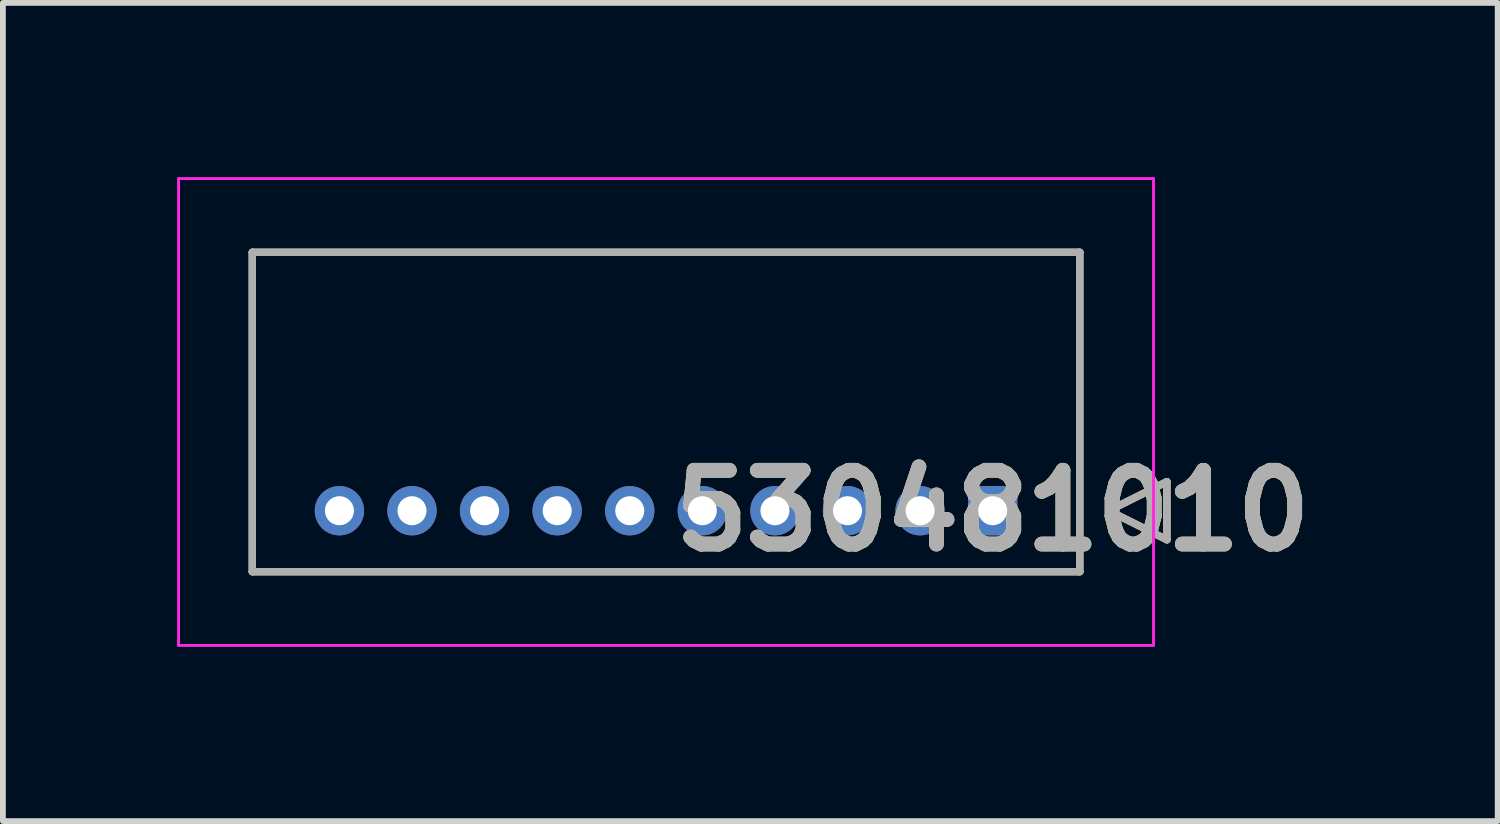
<source format=kicad_pcb>
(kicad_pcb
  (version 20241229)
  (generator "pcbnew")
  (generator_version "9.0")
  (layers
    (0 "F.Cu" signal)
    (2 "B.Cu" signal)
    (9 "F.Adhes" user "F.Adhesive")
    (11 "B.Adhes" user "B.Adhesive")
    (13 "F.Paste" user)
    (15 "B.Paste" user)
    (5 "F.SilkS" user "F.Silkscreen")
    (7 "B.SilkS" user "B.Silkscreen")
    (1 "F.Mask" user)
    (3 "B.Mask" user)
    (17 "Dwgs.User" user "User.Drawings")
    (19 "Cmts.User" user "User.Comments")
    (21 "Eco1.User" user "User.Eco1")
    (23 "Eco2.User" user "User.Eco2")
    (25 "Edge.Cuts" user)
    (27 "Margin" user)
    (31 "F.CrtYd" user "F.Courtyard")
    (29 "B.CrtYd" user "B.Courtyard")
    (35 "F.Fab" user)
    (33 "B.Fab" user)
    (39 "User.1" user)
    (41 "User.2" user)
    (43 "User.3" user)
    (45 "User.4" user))
  (footprint "530481010"
    (layer "F.Cu")
    (at 14.045 5.745)
    (property "Reference" "530481010" (at 0 0 0) (layer "F.SilkS") (effects (font (size 1.27 1.27) (thickness 0.254))))
    (attr through_hole)
    (fp_line (start -12.75 -4.45) (end 1.5 -4.45) (stroke (width 0.127) (type solid)) (layer "F.SilkS"))
    (fp_line (start -12.75 1.05) (end -12.75 -4.45) (stroke (width 0.127) (type solid)) (layer "F.SilkS"))
    (fp_line (start 1.5 -4.45) (end 1.5 1.05) (stroke (width 0.127) (type solid)) (layer "F.SilkS"))
    (fp_line (start 1.5 1.05) (end -12.75 1.05) (stroke (width 0.127) (type solid)) (layer "F.SilkS"))
    (fp_line (start 2 0) (end 3 -0.5) (stroke (width 0.127) (type solid)) (layer "F.SilkS"))
    (fp_line (start 3 -0.5) (end 3 0.5) (stroke (width 0.127) (type solid)) (layer "F.SilkS"))
    (fp_line (start 3 0.5) (end 2 0) (stroke (width 0.127) (type solid)) (layer "F.SilkS"))
    (fp_line (start -14.02 -5.72) (end 2.77 -5.72) (stroke (width 0.05) (type solid)) (layer "F.CrtYd"))
    (fp_line (start -14.02 2.32) (end -14.02 -5.72) (stroke (width 0.05) (type solid)) (layer "F.CrtYd"))
    (fp_line (start 2.77 -5.72) (end 2.77 2.32) (stroke (width 0.05) (type solid)) (layer "F.CrtYd"))
    (fp_line (start 2.77 2.32) (end -14.02 2.32) (stroke (width 0.05) (type solid)) (layer "F.CrtYd"))
    (fp_line (start -12.75 -4.45) (end 1.5 -4.45) (stroke (width 0.127) (type solid)) (layer "F.Fab"))
    (fp_line (start -12.75 1.05) (end -12.75 -4.45) (stroke (width 0.127) (type solid)) (layer "F.Fab"))
    (fp_line (start 1.5 -4.45) (end 1.5 1.05) (stroke (width 0.127) (type solid)) (layer "F.Fab"))
    (fp_line (start 1.5 1.05) (end -12.75 1.05) (stroke (width 0.127) (type solid)) (layer "F.Fab"))
    (fp_line (start 2 0) (end 3 -0.5) (stroke (width 0.127) (type solid)) (layer "F.Fab"))
    (fp_line (start 3 -0.5) (end 3 0.5) (stroke (width 0.127) (type solid)) (layer "F.Fab"))
    (fp_line (start 3 0.5) (end 2 0) (stroke (width 0.127) (type solid)) (layer "F.Fab"))
    (fp_text user "${REFERENCE}" (at 0 0 0) (layer "F.Fab") (effects (font (size 1.27 1.27) (thickness 0.254))))
    (pad "1" thru_hole rect (at 0 0) (size 0.85 0.85) (drill 0.5) (layers "*.Cu" "*.Mask"))
    (pad "2" thru_hole circle (at -1.25 0) (size 0.85 0.85) (drill 0.5) (layers "*.Cu" "*.Mask"))
    (pad "3" thru_hole circle (at -2.5 0) (size 0.85 0.85) (drill 0.5) (layers "*.Cu" "*.Mask"))
    (pad "4" thru_hole circle (at -3.75 0) (size 0.85 0.85) (drill 0.5) (layers "*.Cu" "*.Mask"))
    (pad "5" thru_hole circle (at -5 0) (size 0.85 0.85) (drill 0.5) (layers "*.Cu" "*.Mask"))
    (pad "6" thru_hole circle (at -6.25 0) (size 0.85 0.85) (drill 0.5) (layers "*.Cu" "*.Mask"))
    (pad "7" thru_hole circle (at -7.5 0) (size 0.85 0.85) (drill 0.5) (layers "*.Cu" "*.Mask"))
    (pad "8" thru_hole circle (at -8.75 0) (size 0.85 0.85) (drill 0.5) (layers "*.Cu" "*.Mask"))
    (pad "9" thru_hole circle (at -10 0) (size 0.85 0.85) (drill 0.5) (layers "*.Cu" "*.Mask"))
    (pad "10" thru_hole circle (at -11.25 0) (size 0.85 0.85) (drill 0.5) (layers "*.Cu" "*.Mask")))
  (gr_rect
    (start -3 -3)
    (end 22.742 11.09)
    (stroke (width 0.1) (type default))
    (fill no)
    (layer "Edge.Cuts")))
</source>
